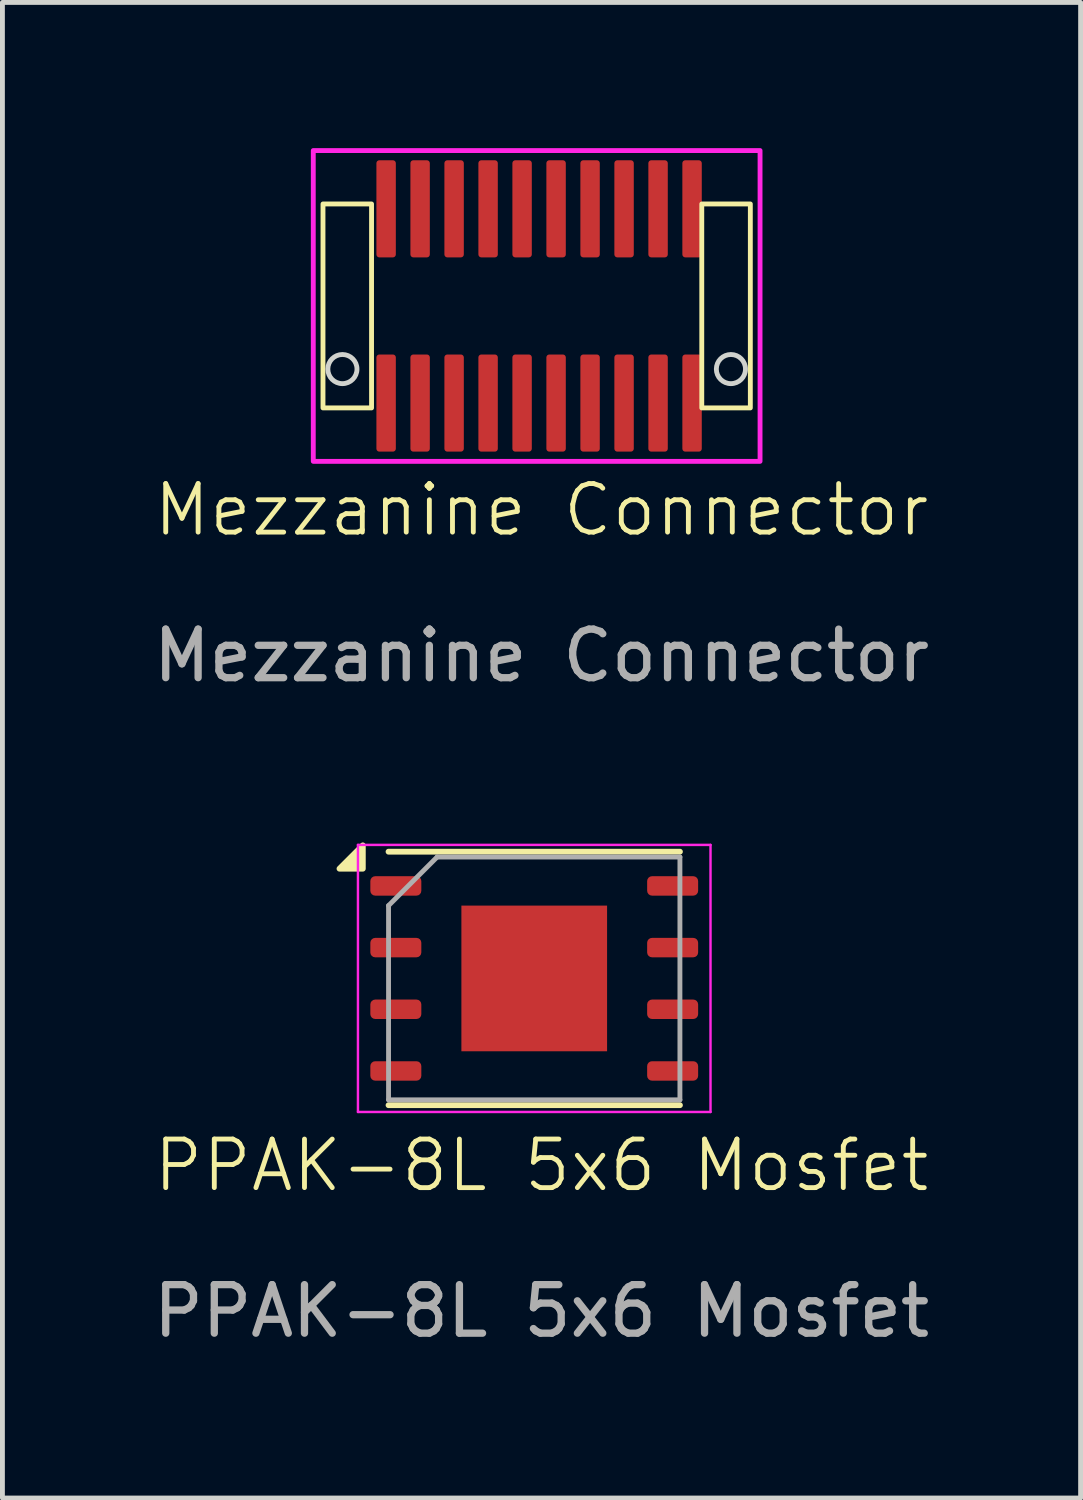
<source format=kicad_pcb>
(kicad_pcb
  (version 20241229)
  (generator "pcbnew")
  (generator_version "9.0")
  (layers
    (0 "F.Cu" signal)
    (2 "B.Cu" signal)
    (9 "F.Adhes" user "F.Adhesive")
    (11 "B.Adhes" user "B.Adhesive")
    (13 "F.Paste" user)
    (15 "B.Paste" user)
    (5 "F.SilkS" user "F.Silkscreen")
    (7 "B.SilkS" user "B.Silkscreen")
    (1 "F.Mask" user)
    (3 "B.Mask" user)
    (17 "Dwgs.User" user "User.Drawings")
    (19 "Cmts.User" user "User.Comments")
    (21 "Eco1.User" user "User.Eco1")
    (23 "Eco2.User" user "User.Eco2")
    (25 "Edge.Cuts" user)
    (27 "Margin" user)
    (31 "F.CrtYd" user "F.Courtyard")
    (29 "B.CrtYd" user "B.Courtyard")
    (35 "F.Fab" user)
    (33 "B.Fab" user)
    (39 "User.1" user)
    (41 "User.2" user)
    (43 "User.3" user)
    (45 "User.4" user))
  (footprint "PPAK-8L 5x6 Mosfet"
    (layer "F.Cu")
    (at 8.101 21.448)
    (property "Reference" "PPAK-8L 5x6 Mosfet" (at 0 -0.5 0) (unlocked yes) (layer "F.SilkS") (effects (font (size 1 1) (thickness 0.1))))
    (attr smd)
    (fp_line (start -3.15 -6.96) (end 2.85 -6.96) (stroke (width 0.12) (type solid)) (layer "F.SilkS"))
    (fp_line (start -3.15 -1.74) (end 2.85 -1.74) (stroke (width 0.12) (type solid)) (layer "F.SilkS"))
    (fp_poly (pts (xy -3.68 -6.61) (xy -4.16 -6.61) (xy -3.68 -7.09) (xy -3.68 -6.61)) (stroke (width 0.12) (type solid)) (fill yes) (layer "F.SilkS"))
    (fp_line (start -3.78 -7.1) (end -3.78 -1.6) (stroke (width 0.05) (type solid)) (layer "F.CrtYd"))
    (fp_line (start -3.78 -1.6) (end 3.48 -1.6) (stroke (width 0.05) (type solid)) (layer "F.CrtYd"))
    (fp_line (start 3.48 -7.1) (end -3.78 -7.1) (stroke (width 0.05) (type solid)) (layer "F.CrtYd"))
    (fp_line (start 3.48 -1.6) (end 3.48 -7.1) (stroke (width 0.05) (type solid)) (layer "F.CrtYd"))
    (fp_line (start -3.15 -5.85) (end -2.15 -6.85) (stroke (width 0.1) (type solid)) (layer "F.Fab"))
    (fp_line (start -3.15 -1.85) (end -3.15 -5.85) (stroke (width 0.1) (type solid)) (layer "F.Fab"))
    (fp_line (start -2.15 -6.85) (end 2.85 -6.85) (stroke (width 0.1) (type solid)) (layer "F.Fab"))
    (fp_line (start 2.85 -6.85) (end 2.85 -1.85) (stroke (width 0.1) (type solid)) (layer "F.Fab"))
    (fp_line (start 2.85 -1.85) (end -3.15 -1.85) (stroke (width 0.1) (type solid)) (layer "F.Fab"))
    (fp_text user "${REFERENCE}" (at 0 2.5 0) (unlocked yes) (layer "F.Fab") (effects (font (size 1 1) (thickness 0.15))))
    (pad "" smd roundrect (at -0.9 -5.1) (size 1.21 1.21) (layers "F.Paste") (roundrect_rratio 0.207))
    (pad "" smd roundrect (at -0.9 -3.6) (size 1.21 1.21) (layers "F.Paste") (roundrect_rratio 0.207))
    (pad "" smd roundrect (at 0.6 -5.1) (size 1.21 1.21) (layers "F.Paste") (roundrect_rratio 0.207))
    (pad "" smd roundrect (at 0.6 -3.6) (size 1.21 1.21) (layers "F.Paste") (roundrect_rratio 0.207))
    (pad "1" smd rect (at -0.15 -4.35) (size 3 3) (property pad_prop_heatsink) (layers "F.Cu" "F.Mask"))
    (pad "1" smd roundrect (at 2.7 -6.255) (size 1.05 0.4) (layers "F.Cu" "F.Mask" "F.Paste") (roundrect_rratio 0.25))
    (pad "1" smd roundrect (at 2.7 -4.985) (size 1.05 0.4) (layers "F.Cu" "F.Mask" "F.Paste") (roundrect_rratio 0.25))
    (pad "1" smd roundrect (at 2.7 -3.715) (size 1.05 0.4) (layers "F.Cu" "F.Mask" "F.Paste") (roundrect_rratio 0.25))
    (pad "1" smd roundrect (at 2.7 -2.445) (size 1.05 0.4) (layers "F.Cu" "F.Mask" "F.Paste") (roundrect_rratio 0.25))
    (pad "2" smd roundrect (at -3 -2.445) (size 1.05 0.4) (layers "F.Cu" "F.Mask" "F.Paste") (roundrect_rratio 0.25))
    (pad "3" smd roundrect (at -3 -6.255) (size 1.05 0.4) (layers "F.Cu" "F.Mask" "F.Paste") (roundrect_rratio 0.25))
    (pad "3" smd roundrect (at -3 -4.985) (size 1.05 0.4) (layers "F.Cu" "F.Mask" "F.Paste") (roundrect_rratio 0.25))
    (pad "3" smd roundrect (at -3 -3.715) (size 1.05 0.4) (layers "F.Cu" "F.Mask" "F.Paste") (roundrect_rratio 0.25)))
  (footprint "Mezzanine Connector"
    (layer "F.Cu")
    (at 8.101 7.95)
    (property "Reference" "Mezzanine Connector" (at 0 -0.5 0) (unlocked yes) (layer "F.SilkS") (effects (font (size 1 1) (thickness 0.1))))
    (attr smd)
    (fp_rect (start -4.5 -6.8) (end -3.5 -2.6) (stroke (width 0.1) (type default)) (fill no) (layer "F.SilkS"))
    (fp_rect (start 3.3 -6.8) (end 4.3 -2.6) (stroke (width 0.1) (type default)) (fill no) (layer "F.SilkS"))
    (fp_circle (center -4.1 -3.4) (end -4.4 -3.4) (stroke (width 0.1) (type solid)) (fill no) (layer "Edge.Cuts"))
    (fp_circle (center 3.9 -3.4) (end 3.6 -3.4) (stroke (width 0.1) (type solid)) (fill no) (layer "Edge.Cuts"))
    (fp_rect (start -4.7 -7.9) (end 4.5 -1.5) (stroke (width 0.1) (type solid)) (fill no) (layer "F.CrtYd"))
    (fp_text user "${REFERENCE}" (at 0 2.5 0) (unlocked yes) (layer "F.Fab") (effects (font (size 1 1) (thickness 0.15))))
    (pad "1" smd roundrect (at -3.2 -2.7) (size 0.4 2) (layers "F.Cu" "F.Mask" "F.Paste") (roundrect_rratio 0.15))
    (pad "2" smd roundrect (at -2.5 -2.7) (size 0.4 2) (layers "F.Cu" "F.Mask" "F.Paste") (roundrect_rratio 0.15))
    (pad "3" smd roundrect (at -1.8 -2.7) (size 0.4 2) (layers "F.Cu" "F.Mask" "F.Paste") (roundrect_rratio 0.15))
    (pad "4" smd roundrect (at -1.1 -2.7) (size 0.4 2) (layers "F.Cu" "F.Mask" "F.Paste") (roundrect_rratio 0.15))
    (pad "5" smd roundrect (at -0.4 -2.7) (size 0.4 2) (layers "F.Cu" "F.Mask" "F.Paste") (roundrect_rratio 0.15))
    (pad "6" smd roundrect (at 0.3 -2.7) (size 0.4 2) (layers "F.Cu" "F.Mask" "F.Paste") (roundrect_rratio 0.15))
    (pad "7" smd roundrect (at 1 -2.7) (size 0.4 2) (layers "F.Cu" "F.Mask" "F.Paste") (roundrect_rratio 0.15))
    (pad "8" smd roundrect (at 1.7 -2.7) (size 0.4 2) (layers "F.Cu" "F.Mask" "F.Paste") (roundrect_rratio 0.15))
    (pad "9" smd roundrect (at 2.4 -2.7) (size 0.4 2) (layers "F.Cu" "F.Mask" "F.Paste") (roundrect_rratio 0.15))
    (pad "10" smd roundrect (at 3.1 -2.7) (size 0.4 2) (layers "F.Cu" "F.Mask" "F.Paste") (roundrect_rratio 0.15))
    (pad "11" smd roundrect (at 3.1 -6.7) (size 0.4 2) (layers "F.Cu" "F.Mask" "F.Paste") (roundrect_rratio 0.15))
    (pad "12" smd roundrect (at 2.4 -6.7) (size 0.4 2) (layers "F.Cu" "F.Mask" "F.Paste") (roundrect_rratio 0.15))
    (pad "13" smd roundrect (at 1.7 -6.7) (size 0.4 2) (layers "F.Cu" "F.Mask" "F.Paste") (roundrect_rratio 0.15))
    (pad "14" smd roundrect (at 1 -6.7) (size 0.4 2) (layers "F.Cu" "F.Mask" "F.Paste") (roundrect_rratio 0.15))
    (pad "15" smd roundrect (at 0.3 -6.7) (size 0.4 2) (layers "F.Cu" "F.Mask" "F.Paste") (roundrect_rratio 0.15))
    (pad "16" smd roundrect (at -0.4 -6.7) (size 0.4 2) (layers "F.Cu" "F.Mask" "F.Paste") (roundrect_rratio 0.15))
    (pad "17" smd roundrect (at -1.1 -6.7) (size 0.4 2) (layers "F.Cu" "F.Mask" "F.Paste") (roundrect_rratio 0.15))
    (pad "18" smd roundrect (at -1.8 -6.7) (size 0.4 2) (layers "F.Cu" "F.Mask" "F.Paste") (roundrect_rratio 0.15))
    (pad "19" smd roundrect (at -2.5 -6.7) (size 0.4 2) (layers "F.Cu" "F.Mask" "F.Paste") (roundrect_rratio 0.15))
    (pad "20" smd roundrect (at -3.2 -6.7) (size 0.4 2) (layers "F.Cu" "F.Mask" "F.Paste") (roundrect_rratio 0.15)))
  (gr_rect
    (start -3 -3)
    (end 19.202 27.797)
    (stroke (width 0.1) (type default))
    (fill no)
    (layer "Edge.Cuts")))
</source>
